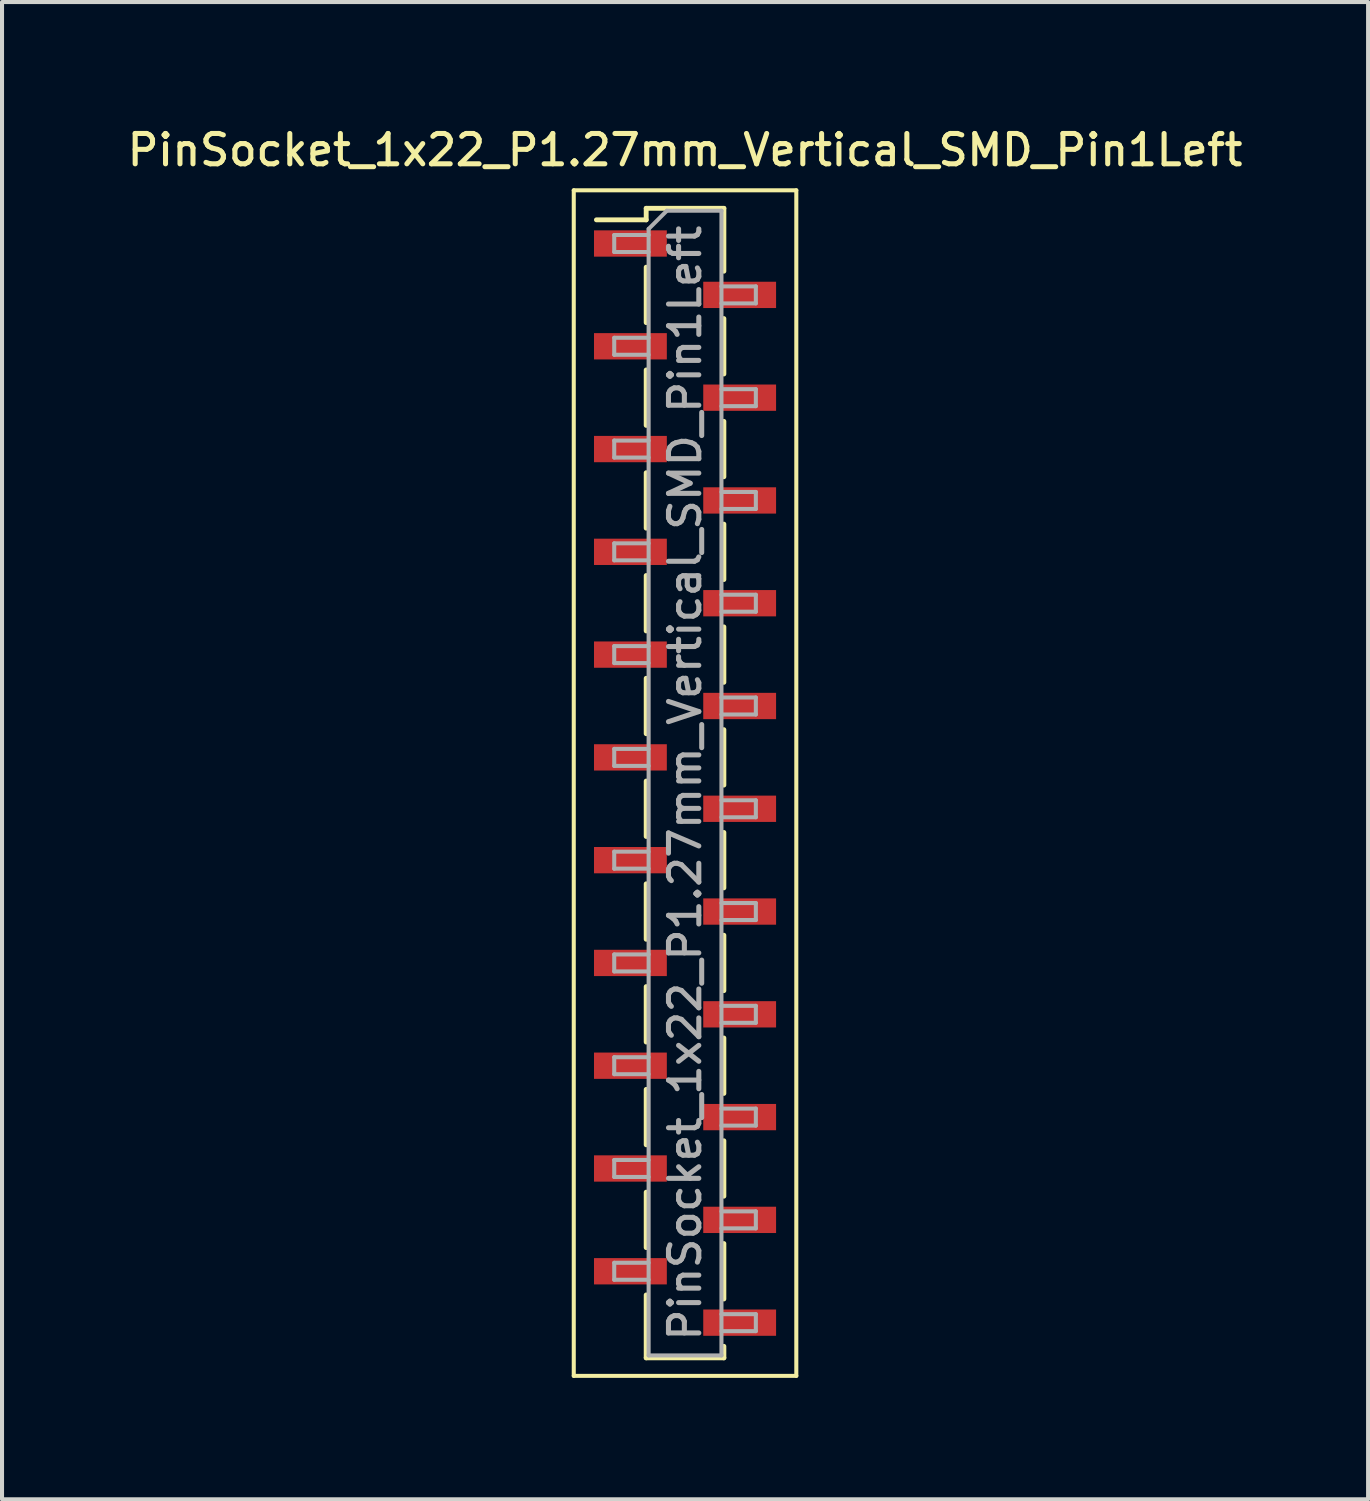
<source format=kicad_pcb>
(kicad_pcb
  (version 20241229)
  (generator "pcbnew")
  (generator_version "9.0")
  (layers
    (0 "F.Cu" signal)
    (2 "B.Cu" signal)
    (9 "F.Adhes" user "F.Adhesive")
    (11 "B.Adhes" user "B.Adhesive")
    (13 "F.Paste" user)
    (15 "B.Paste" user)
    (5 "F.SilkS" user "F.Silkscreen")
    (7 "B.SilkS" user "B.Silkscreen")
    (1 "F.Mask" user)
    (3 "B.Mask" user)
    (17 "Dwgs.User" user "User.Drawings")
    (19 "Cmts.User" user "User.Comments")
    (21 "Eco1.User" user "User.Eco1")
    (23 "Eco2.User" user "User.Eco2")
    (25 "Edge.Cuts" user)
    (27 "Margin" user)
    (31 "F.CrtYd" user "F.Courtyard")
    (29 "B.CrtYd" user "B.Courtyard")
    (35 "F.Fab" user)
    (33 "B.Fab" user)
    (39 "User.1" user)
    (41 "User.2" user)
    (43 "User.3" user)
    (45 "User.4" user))
  (footprint "PinSocket_1x22_P1.27mm_Vertical_SMD_Pin1Left"
    (layer "F.Cu")
    (at 13.88 16.303)
    (property "Reference" "PinSocket_1x22_P1.27mm_Vertical_SMD_Pin1Left" (at 0 -15.645 0) (layer "F.SilkS") (effects (font (size 0.75 0.75) (thickness 0.125))))
    (attr smd)
    (fp_line (start -2.75 -14.65) (end 2.75 -14.65) (stroke (width 0.1) (type solid)) (layer "F.SilkS"))
    (fp_line (start -2.75 14.65) (end -2.75 -14.65) (stroke (width 0.1) (type solid)) (layer "F.SilkS"))
    (fp_line (start -2.19 -13.92) (end -0.96 -13.92) (stroke (width 0.12) (type solid)) (layer "F.SilkS"))
    (fp_line (start -0.96 -14.205) (end -0.96 -13.92) (stroke (width 0.12) (type solid)) (layer "F.SilkS"))
    (fp_line (start -0.96 -14.205) (end 0.96 -14.205) (stroke (width 0.12) (type solid)) (layer "F.SilkS"))
    (fp_line (start -0.96 -12.75) (end -0.96 -11.38) (stroke (width 0.12) (type solid)) (layer "F.SilkS"))
    (fp_line (start -0.96 -10.21) (end -0.96 -8.84) (stroke (width 0.12) (type solid)) (layer "F.SilkS"))
    (fp_line (start -0.96 -7.67) (end -0.96 -6.3) (stroke (width 0.12) (type solid)) (layer "F.SilkS"))
    (fp_line (start -0.96 -5.13) (end -0.96 -3.76) (stroke (width 0.12) (type solid)) (layer "F.SilkS"))
    (fp_line (start -0.96 -2.59) (end -0.96 -1.22) (stroke (width 0.12) (type solid)) (layer "F.SilkS"))
    (fp_line (start -0.96 -0.05) (end -0.96 1.32) (stroke (width 0.12) (type solid)) (layer "F.SilkS"))
    (fp_line (start -0.96 2.49) (end -0.96 3.86) (stroke (width 0.12) (type solid)) (layer "F.SilkS"))
    (fp_line (start -0.96 5.03) (end -0.96 6.4) (stroke (width 0.12) (type solid)) (layer "F.SilkS"))
    (fp_line (start -0.96 7.57) (end -0.96 8.94) (stroke (width 0.12) (type solid)) (layer "F.SilkS"))
    (fp_line (start -0.96 10.11) (end -0.96 11.48) (stroke (width 0.12) (type solid)) (layer "F.SilkS"))
    (fp_line (start -0.96 12.65) (end -0.96 14.205) (stroke (width 0.12) (type solid)) (layer "F.SilkS"))
    (fp_line (start -0.96 14.205) (end 0.96 14.205) (stroke (width 0.12) (type solid)) (layer "F.SilkS"))
    (fp_line (start 0.96 -14.205) (end 0.96 -12.65) (stroke (width 0.12) (type solid)) (layer "F.SilkS"))
    (fp_line (start 0.96 -11.48) (end 0.96 -10.11) (stroke (width 0.12) (type solid)) (layer "F.SilkS"))
    (fp_line (start 0.96 -8.94) (end 0.96 -7.57) (stroke (width 0.12) (type solid)) (layer "F.SilkS"))
    (fp_line (start 0.96 -6.4) (end 0.96 -5.03) (stroke (width 0.12) (type solid)) (layer "F.SilkS"))
    (fp_line (start 0.96 -3.86) (end 0.96 -2.49) (stroke (width 0.12) (type solid)) (layer "F.SilkS"))
    (fp_line (start 0.96 -1.32) (end 0.96 0.05) (stroke (width 0.12) (type solid)) (layer "F.SilkS"))
    (fp_line (start 0.96 1.22) (end 0.96 2.59) (stroke (width 0.12) (type solid)) (layer "F.SilkS"))
    (fp_line (start 0.96 3.76) (end 0.96 5.13) (stroke (width 0.12) (type solid)) (layer "F.SilkS"))
    (fp_line (start 0.96 6.3) (end 0.96 7.67) (stroke (width 0.12) (type solid)) (layer "F.SilkS"))
    (fp_line (start 0.96 8.84) (end 0.96 10.21) (stroke (width 0.12) (type solid)) (layer "F.SilkS"))
    (fp_line (start 0.96 11.38) (end 0.96 12.75) (stroke (width 0.12) (type solid)) (layer "F.SilkS"))
    (fp_line (start 0.96 13.92) (end 0.96 14.205) (stroke (width 0.12) (type solid)) (layer "F.SilkS"))
    (fp_line (start 2.75 -14.65) (end 2.75 14.65) (stroke (width 0.1) (type solid)) (layer "F.SilkS"))
    (fp_line (start 2.75 14.65) (end -2.75 14.65) (stroke (width 0.1) (type solid)) (layer "F.SilkS"))
    (fp_line (start -1.75 -13.545) (end -0.9 -13.545) (stroke (width 0.1) (type solid)) (layer "F.Fab"))
    (fp_line (start -1.75 -13.125) (end -1.75 -13.545) (stroke (width 0.1) (type solid)) (layer "F.Fab"))
    (fp_line (start -1.75 -11.005) (end -0.9 -11.005) (stroke (width 0.1) (type solid)) (layer "F.Fab"))
    (fp_line (start -1.75 -10.585) (end -1.75 -11.005) (stroke (width 0.1) (type solid)) (layer "F.Fab"))
    (fp_line (start -1.75 -8.465) (end -0.9 -8.465) (stroke (width 0.1) (type solid)) (layer "F.Fab"))
    (fp_line (start -1.75 -8.045) (end -1.75 -8.465) (stroke (width 0.1) (type solid)) (layer "F.Fab"))
    (fp_line (start -1.75 -5.925) (end -0.9 -5.925) (stroke (width 0.1) (type solid)) (layer "F.Fab"))
    (fp_line (start -1.75 -5.505) (end -1.75 -5.925) (stroke (width 0.1) (type solid)) (layer "F.Fab"))
    (fp_line (start -1.75 -3.385) (end -0.9 -3.385) (stroke (width 0.1) (type solid)) (layer "F.Fab"))
    (fp_line (start -1.75 -2.965) (end -1.75 -3.385) (stroke (width 0.1) (type solid)) (layer "F.Fab"))
    (fp_line (start -1.75 -0.845) (end -0.9 -0.845) (stroke (width 0.1) (type solid)) (layer "F.Fab"))
    (fp_line (start -1.75 -0.425) (end -1.75 -0.845) (stroke (width 0.1) (type solid)) (layer "F.Fab"))
    (fp_line (start -1.75 1.695) (end -0.9 1.695) (stroke (width 0.1) (type solid)) (layer "F.Fab"))
    (fp_line (start -1.75 2.115) (end -1.75 1.695) (stroke (width 0.1) (type solid)) (layer "F.Fab"))
    (fp_line (start -1.75 4.235) (end -0.9 4.235) (stroke (width 0.1) (type solid)) (layer "F.Fab"))
    (fp_line (start -1.75 4.655) (end -1.75 4.235) (stroke (width 0.1) (type solid)) (layer "F.Fab"))
    (fp_line (start -1.75 6.775) (end -0.9 6.775) (stroke (width 0.1) (type solid)) (layer "F.Fab"))
    (fp_line (start -1.75 7.195) (end -1.75 6.775) (stroke (width 0.1) (type solid)) (layer "F.Fab"))
    (fp_line (start -1.75 9.315) (end -0.9 9.315) (stroke (width 0.1) (type solid)) (layer "F.Fab"))
    (fp_line (start -1.75 9.735) (end -1.75 9.315) (stroke (width 0.1) (type solid)) (layer "F.Fab"))
    (fp_line (start -1.75 11.855) (end -0.9 11.855) (stroke (width 0.1) (type solid)) (layer "F.Fab"))
    (fp_line (start -1.75 12.275) (end -1.75 11.855) (stroke (width 0.1) (type solid)) (layer "F.Fab"))
    (fp_line (start -0.9 -13.695) (end -0.45 -14.145) (stroke (width 0.1) (type solid)) (layer "F.Fab"))
    (fp_line (start -0.9 -13.125) (end -1.75 -13.125) (stroke (width 0.1) (type solid)) (layer "F.Fab"))
    (fp_line (start -0.9 -10.585) (end -1.75 -10.585) (stroke (width 0.1) (type solid)) (layer "F.Fab"))
    (fp_line (start -0.9 -8.045) (end -1.75 -8.045) (stroke (width 0.1) (type solid)) (layer "F.Fab"))
    (fp_line (start -0.9 -5.505) (end -1.75 -5.505) (stroke (width 0.1) (type solid)) (layer "F.Fab"))
    (fp_line (start -0.9 -2.965) (end -1.75 -2.965) (stroke (width 0.1) (type solid)) (layer "F.Fab"))
    (fp_line (start -0.9 -0.425) (end -1.75 -0.425) (stroke (width 0.1) (type solid)) (layer "F.Fab"))
    (fp_line (start -0.9 2.115) (end -1.75 2.115) (stroke (width 0.1) (type solid)) (layer "F.Fab"))
    (fp_line (start -0.9 4.655) (end -1.75 4.655) (stroke (width 0.1) (type solid)) (layer "F.Fab"))
    (fp_line (start -0.9 7.195) (end -1.75 7.195) (stroke (width 0.1) (type solid)) (layer "F.Fab"))
    (fp_line (start -0.9 9.735) (end -1.75 9.735) (stroke (width 0.1) (type solid)) (layer "F.Fab"))
    (fp_line (start -0.9 12.275) (end -1.75 12.275) (stroke (width 0.1) (type solid)) (layer "F.Fab"))
    (fp_line (start -0.9 14.145) (end -0.9 -13.695) (stroke (width 0.1) (type solid)) (layer "F.Fab"))
    (fp_line (start -0.45 -14.145) (end 0.9 -14.145) (stroke (width 0.1) (type solid)) (layer "F.Fab"))
    (fp_line (start 0.9 -14.145) (end 0.9 14.145) (stroke (width 0.1) (type solid)) (layer "F.Fab"))
    (fp_line (start 0.9 -12.275) (end 1.75 -12.275) (stroke (width 0.1) (type solid)) (layer "F.Fab"))
    (fp_line (start 0.9 -9.735) (end 1.75 -9.735) (stroke (width 0.1) (type solid)) (layer "F.Fab"))
    (fp_line (start 0.9 -7.195) (end 1.75 -7.195) (stroke (width 0.1) (type solid)) (layer "F.Fab"))
    (fp_line (start 0.9 -4.655) (end 1.75 -4.655) (stroke (width 0.1) (type solid)) (layer "F.Fab"))
    (fp_line (start 0.9 -2.115) (end 1.75 -2.115) (stroke (width 0.1) (type solid)) (layer "F.Fab"))
    (fp_line (start 0.9 0.425) (end 1.75 0.425) (stroke (width 0.1) (type solid)) (layer "F.Fab"))
    (fp_line (start 0.9 2.965) (end 1.75 2.965) (stroke (width 0.1) (type solid)) (layer "F.Fab"))
    (fp_line (start 0.9 5.505) (end 1.75 5.505) (stroke (width 0.1) (type solid)) (layer "F.Fab"))
    (fp_line (start 0.9 8.045) (end 1.75 8.045) (stroke (width 0.1) (type solid)) (layer "F.Fab"))
    (fp_line (start 0.9 10.585) (end 1.75 10.585) (stroke (width 0.1) (type solid)) (layer "F.Fab"))
    (fp_line (start 0.9 13.125) (end 1.75 13.125) (stroke (width 0.1) (type solid)) (layer "F.Fab"))
    (fp_line (start 0.9 14.145) (end -0.9 14.145) (stroke (width 0.1) (type solid)) (layer "F.Fab"))
    (fp_line (start 1.75 -12.275) (end 1.75 -11.855) (stroke (width 0.1) (type solid)) (layer "F.Fab"))
    (fp_line (start 1.75 -11.855) (end 0.9 -11.855) (stroke (width 0.1) (type solid)) (layer "F.Fab"))
    (fp_line (start 1.75 -9.735) (end 1.75 -9.315) (stroke (width 0.1) (type solid)) (layer "F.Fab"))
    (fp_line (start 1.75 -9.315) (end 0.9 -9.315) (stroke (width 0.1) (type solid)) (layer "F.Fab"))
    (fp_line (start 1.75 -7.195) (end 1.75 -6.775) (stroke (width 0.1) (type solid)) (layer "F.Fab"))
    (fp_line (start 1.75 -6.775) (end 0.9 -6.775) (stroke (width 0.1) (type solid)) (layer "F.Fab"))
    (fp_line (start 1.75 -4.655) (end 1.75 -4.235) (stroke (width 0.1) (type solid)) (layer "F.Fab"))
    (fp_line (start 1.75 -4.235) (end 0.9 -4.235) (stroke (width 0.1) (type solid)) (layer "F.Fab"))
    (fp_line (start 1.75 -2.115) (end 1.75 -1.695) (stroke (width 0.1) (type solid)) (layer "F.Fab"))
    (fp_line (start 1.75 -1.695) (end 0.9 -1.695) (stroke (width 0.1) (type solid)) (layer "F.Fab"))
    (fp_line (start 1.75 0.425) (end 1.75 0.845) (stroke (width 0.1) (type solid)) (layer "F.Fab"))
    (fp_line (start 1.75 0.845) (end 0.9 0.845) (stroke (width 0.1) (type solid)) (layer "F.Fab"))
    (fp_line (start 1.75 2.965) (end 1.75 3.385) (stroke (width 0.1) (type solid)) (layer "F.Fab"))
    (fp_line (start 1.75 3.385) (end 0.9 3.385) (stroke (width 0.1) (type solid)) (layer "F.Fab"))
    (fp_line (start 1.75 5.505) (end 1.75 5.925) (stroke (width 0.1) (type solid)) (layer "F.Fab"))
    (fp_line (start 1.75 5.925) (end 0.9 5.925) (stroke (width 0.1) (type solid)) (layer "F.Fab"))
    (fp_line (start 1.75 8.045) (end 1.75 8.465) (stroke (width 0.1) (type solid)) (layer "F.Fab"))
    (fp_line (start 1.75 8.465) (end 0.9 8.465) (stroke (width 0.1) (type solid)) (layer "F.Fab"))
    (fp_line (start 1.75 10.585) (end 1.75 11.005) (stroke (width 0.1) (type solid)) (layer "F.Fab"))
    (fp_line (start 1.75 11.005) (end 0.9 11.005) (stroke (width 0.1) (type solid)) (layer "F.Fab"))
    (fp_line (start 1.75 13.125) (end 1.75 13.545) (stroke (width 0.1) (type solid)) (layer "F.Fab"))
    (fp_line (start 1.75 13.545) (end 0.9 13.545) (stroke (width 0.1) (type solid)) (layer "F.Fab"))
    (fp_text user "${REFERENCE}" (at 0 0 90) (layer "F.Fab") (effects (font (size 0.75 0.75) (thickness 0.125))))
    (pad "1" smd rect (at -1.35 -13.335) (size 1.8 0.65) (layers "F.Cu" "F.Mask" "F.Paste"))
    (pad "2" smd rect (at 1.35 -12.065) (size 1.8 0.65) (layers "F.Cu" "F.Mask" "F.Paste"))
    (pad "3" smd rect (at -1.35 -10.795) (size 1.8 0.65) (layers "F.Cu" "F.Mask" "F.Paste"))
    (pad "4" smd rect (at 1.35 -9.525) (size 1.8 0.65) (layers "F.Cu" "F.Mask" "F.Paste"))
    (pad "5" smd rect (at -1.35 -8.255) (size 1.8 0.65) (layers "F.Cu" "F.Mask" "F.Paste"))
    (pad "6" smd rect (at 1.35 -6.985) (size 1.8 0.65) (layers "F.Cu" "F.Mask" "F.Paste"))
    (pad "7" smd rect (at -1.35 -5.715) (size 1.8 0.65) (layers "F.Cu" "F.Mask" "F.Paste"))
    (pad "8" smd rect (at 1.35 -4.445) (size 1.8 0.65) (layers "F.Cu" "F.Mask" "F.Paste"))
    (pad "9" smd rect (at -1.35 -3.175) (size 1.8 0.65) (layers "F.Cu" "F.Mask" "F.Paste"))
    (pad "10" smd rect (at 1.35 -1.905) (size 1.8 0.65) (layers "F.Cu" "F.Mask" "F.Paste"))
    (pad "11" smd rect (at -1.35 -0.635) (size 1.8 0.65) (layers "F.Cu" "F.Mask" "F.Paste"))
    (pad "12" smd rect (at 1.35 0.635) (size 1.8 0.65) (layers "F.Cu" "F.Mask" "F.Paste"))
    (pad "13" smd rect (at -1.35 1.905) (size 1.8 0.65) (layers "F.Cu" "F.Mask" "F.Paste"))
    (pad "14" smd rect (at 1.35 3.175) (size 1.8 0.65) (layers "F.Cu" "F.Mask" "F.Paste"))
    (pad "15" smd rect (at -1.35 4.445) (size 1.8 0.65) (layers "F.Cu" "F.Mask" "F.Paste"))
    (pad "16" smd rect (at 1.35 5.715) (size 1.8 0.65) (layers "F.Cu" "F.Mask" "F.Paste"))
    (pad "17" smd rect (at -1.35 6.985) (size 1.8 0.65) (layers "F.Cu" "F.Mask" "F.Paste"))
    (pad "18" smd rect (at 1.35 8.255) (size 1.8 0.65) (layers "F.Cu" "F.Mask" "F.Paste"))
    (pad "19" smd rect (at -1.35 9.525) (size 1.8 0.65) (layers "F.Cu" "F.Mask" "F.Paste"))
    (pad "20" smd rect (at 1.35 10.795) (size 1.8 0.65) (layers "F.Cu" "F.Mask" "F.Paste"))
    (pad "21" smd rect (at -1.35 12.065) (size 1.8 0.65) (layers "F.Cu" "F.Mask" "F.Paste"))
    (pad "22" smd rect (at 1.35 13.335) (size 1.8 0.65) (layers "F.Cu" "F.Mask" "F.Paste")))
  (gr_rect
    (start -3 -3)
    (end 30.761 34.003)
    (stroke (width 0.1) (type default))
    (fill no)
    (layer "Edge.Cuts")))
</source>
